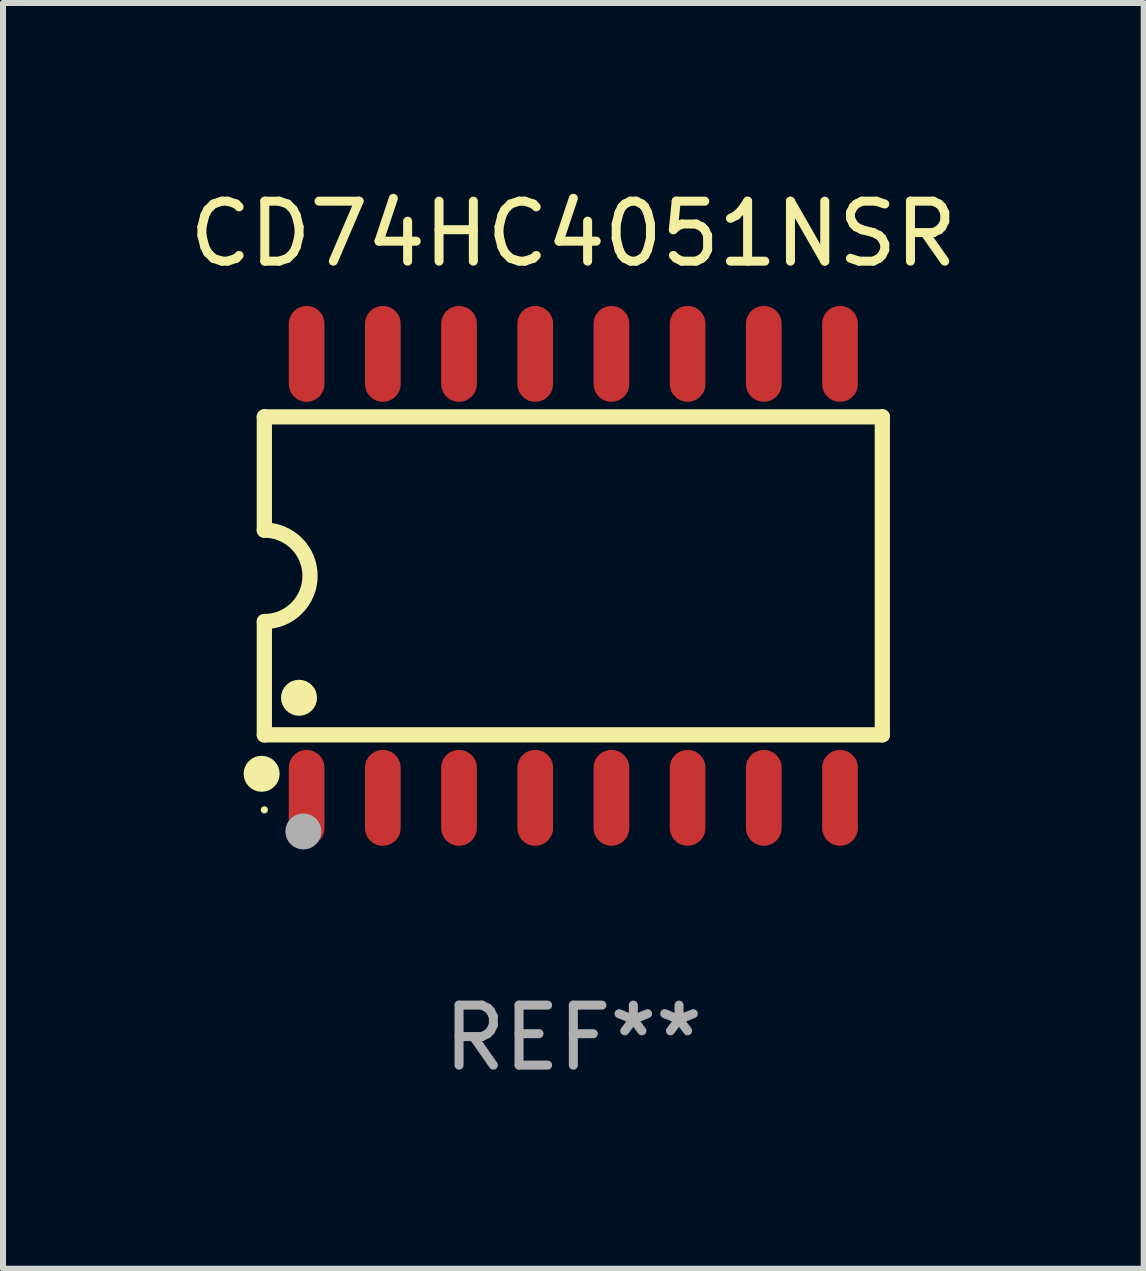
<source format=kicad_pcb>
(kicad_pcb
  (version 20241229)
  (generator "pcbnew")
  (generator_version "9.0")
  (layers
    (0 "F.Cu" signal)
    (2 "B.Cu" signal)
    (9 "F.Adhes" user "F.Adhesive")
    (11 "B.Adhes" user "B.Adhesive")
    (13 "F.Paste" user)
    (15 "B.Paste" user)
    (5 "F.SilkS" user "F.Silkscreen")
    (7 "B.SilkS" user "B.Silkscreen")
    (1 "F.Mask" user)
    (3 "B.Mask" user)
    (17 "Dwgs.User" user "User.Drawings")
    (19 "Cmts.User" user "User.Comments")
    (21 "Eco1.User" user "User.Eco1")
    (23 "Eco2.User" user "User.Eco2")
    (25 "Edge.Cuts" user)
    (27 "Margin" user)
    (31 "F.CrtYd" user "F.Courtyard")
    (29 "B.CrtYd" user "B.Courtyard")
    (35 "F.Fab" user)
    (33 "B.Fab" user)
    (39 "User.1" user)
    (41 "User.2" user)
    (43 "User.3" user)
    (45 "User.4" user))
  (footprint "CD74HC4051NSR"
    (layer "F.Cu")
    (at 6.506 6.548)
    (property "Reference" "CD74HC4051NSR" (at 0 -5.7 0) (layer "F.SilkS") (effects (font (size 1 1) (thickness 0.15))))
    (attr through_hole)
    (fp_line (start -5.15 -2.65) (end -5.15 -0.762) (stroke (width 0.254) (type solid)) (layer "F.SilkS"))
    (fp_line (start -5.15 -2.65) (end 5.15 -2.65) (stroke (width 0.254) (type solid)) (layer "F.SilkS"))
    (fp_line (start -5.15 2.65) (end -5.15 0.762) (stroke (width 0.254) (type solid)) (layer "F.SilkS"))
    (fp_line (start 5.15 -2.65) (end 5.15 2.65) (stroke (width 0.254) (type solid)) (layer "F.SilkS"))
    (fp_line (start 5.15 2.65) (end -5.15 2.65) (stroke (width 0.254) (type solid)) (layer "F.SilkS"))
    (fp_arc (start -5.151131 -0.762003) (mid -4.389128 -0.000559) (end -5.150013 0.762002) (stroke (width 0.254001) (type solid)) (layer "F.SilkS"))
    (fp_circle (center -5.195 3.299) (end -5.045 3.299) (stroke (width 0.3) (type solid)) (fill no) (layer "F.SilkS"))
    (fp_circle (center -5.15 3.9) (end -5.12 3.9) (stroke (width 0.06) (type solid)) (fill no) (layer "F.SilkS"))
    (fp_circle (center -4.572 2.032) (end -4.422 2.032) (stroke (width 0.3) (type solid)) (fill no) (layer "F.SilkS"))
    (fp_circle (center -4.5 4.26) (end -4.35 4.26) (stroke (width 0.3) (type solid)) (fill no) (layer "F.Fab"))
    (fp_text user "REF**" (at 0 7.7 0) (layer "F.Fab") (effects (font (size 1 1) (thickness 0.15))))
    (pad "1" smd oval (at -4.445 3.7) (size 0.595 1.598) (layers "F.Cu" "F.Mask" "F.Paste"))
    (pad "2" smd oval (at -3.175 3.7) (size 0.595 1.598) (layers "F.Cu" "F.Mask" "F.Paste"))
    (pad "3" smd oval (at -1.905 3.7) (size 0.595 1.598) (layers "F.Cu" "F.Mask" "F.Paste"))
    (pad "4" smd oval (at -0.635 3.7) (size 0.595 1.598) (layers "F.Cu" "F.Mask" "F.Paste"))
    (pad "5" smd oval (at 0.635 3.7) (size 0.595 1.598) (layers "F.Cu" "F.Mask" "F.Paste"))
    (pad "6" smd oval (at 1.905 3.7) (size 0.595 1.598) (layers "F.Cu" "F.Mask" "F.Paste"))
    (pad "7" smd oval (at 3.175 3.7) (size 0.595 1.598) (layers "F.Cu" "F.Mask" "F.Paste"))
    (pad "8" smd oval (at 4.445 3.7) (size 0.595 1.598) (layers "F.Cu" "F.Mask" "F.Paste"))
    (pad "9" smd oval (at 4.445 -3.7) (size 0.595 1.598) (layers "F.Cu" "F.Mask" "F.Paste"))
    (pad "10" smd oval (at 3.175 -3.7) (size 0.595 1.598) (layers "F.Cu" "F.Mask" "F.Paste"))
    (pad "11" smd oval (at 1.905 -3.7) (size 0.595 1.598) (layers "F.Cu" "F.Mask" "F.Paste"))
    (pad "12" smd oval (at 0.635 -3.7) (size 0.595 1.598) (layers "F.Cu" "F.Mask" "F.Paste"))
    (pad "13" smd oval (at -0.635 -3.7) (size 0.595 1.598) (layers "F.Cu" "F.Mask" "F.Paste"))
    (pad "14" smd oval (at -1.905 -3.7) (size 0.595 1.598) (layers "F.Cu" "F.Mask" "F.Paste"))
    (pad "15" smd oval (at -3.175 -3.7) (size 0.595 1.598) (layers "F.Cu" "F.Mask" "F.Paste"))
    (pad "16" smd oval (at -4.445 -3.7) (size 0.595 1.598) (layers "F.Cu" "F.Mask" "F.Paste")))
  (gr_rect
    (start -3 -3)
    (end 16.012 18.097)
    (stroke (width 0.1) (type default))
    (fill no)
    (layer "Edge.Cuts")))
</source>
